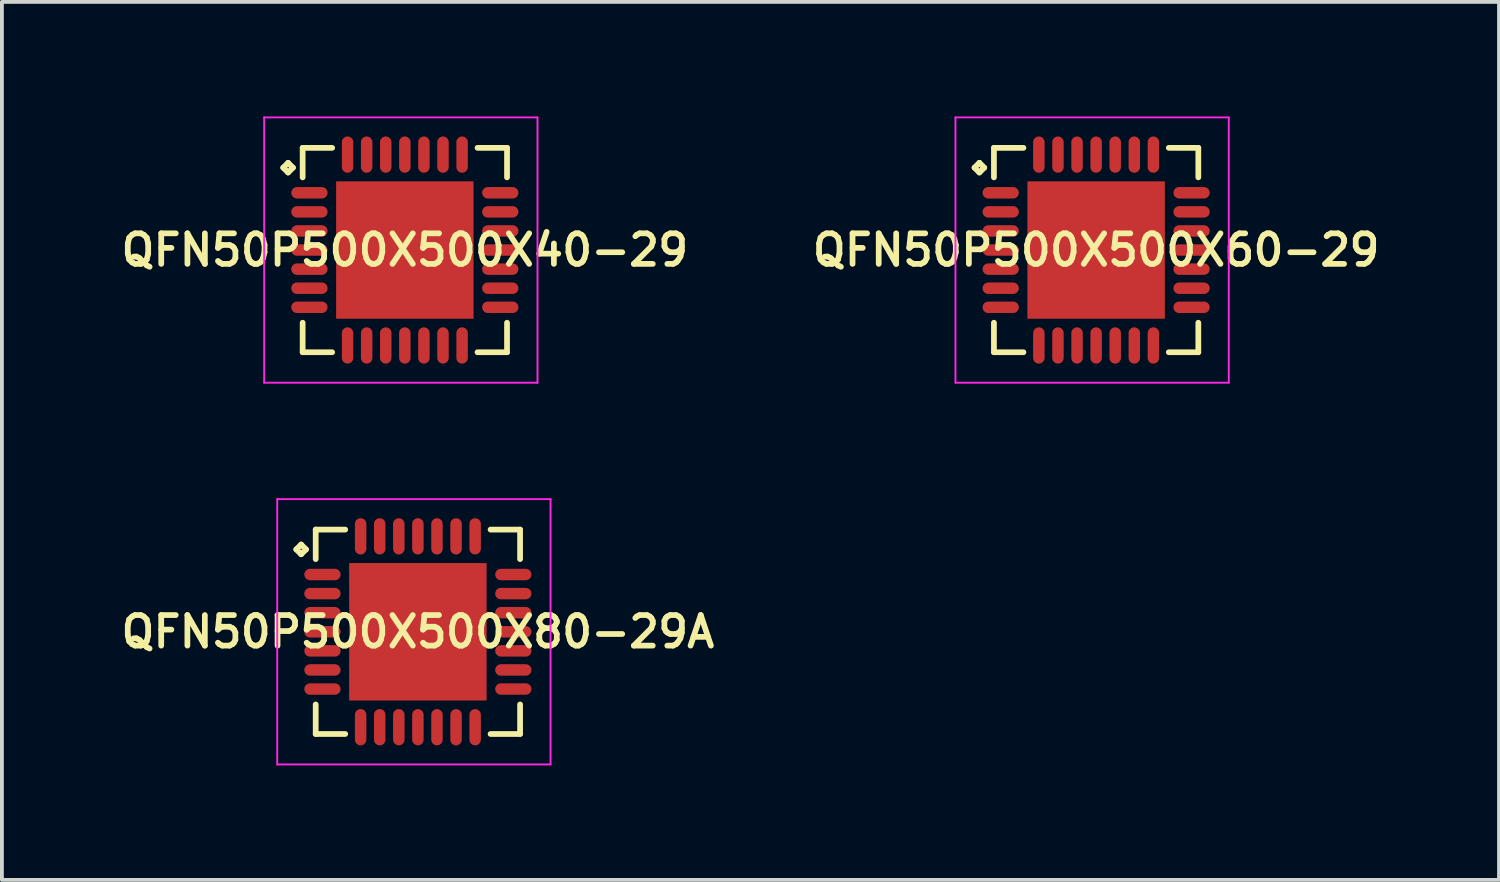
<source format=kicad_pcb>
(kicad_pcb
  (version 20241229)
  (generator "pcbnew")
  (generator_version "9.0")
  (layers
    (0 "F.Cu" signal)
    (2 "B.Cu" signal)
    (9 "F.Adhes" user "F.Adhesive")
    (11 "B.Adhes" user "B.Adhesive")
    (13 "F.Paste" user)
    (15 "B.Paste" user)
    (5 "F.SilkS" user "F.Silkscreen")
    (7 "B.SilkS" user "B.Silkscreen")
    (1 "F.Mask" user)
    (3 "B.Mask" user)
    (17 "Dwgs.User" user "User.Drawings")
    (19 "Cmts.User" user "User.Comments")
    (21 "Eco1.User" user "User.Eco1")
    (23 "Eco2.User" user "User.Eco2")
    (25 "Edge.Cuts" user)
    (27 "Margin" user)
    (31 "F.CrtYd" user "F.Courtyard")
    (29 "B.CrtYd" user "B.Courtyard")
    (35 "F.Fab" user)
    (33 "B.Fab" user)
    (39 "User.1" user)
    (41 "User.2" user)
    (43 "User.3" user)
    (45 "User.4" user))
  (footprint "QFN50P500X500X40-29"
    (layer "F.Cu")
    (at 7.555 3.5)
    (property "Reference" "QFN50P500X500X40-29" (at 0 0 0) (layer "F.SilkS") (effects (font (size 0.8 0.8) (thickness 0.15))))
    (attr smd)
    (fp_line (start -3.185 -2.158) (end -3.058 -2.285) (stroke (width 0.15) (type solid)) (layer "F.SilkS"))
    (fp_line (start -3.058 -2.285) (end -2.931 -2.158) (stroke (width 0.15) (type solid)) (layer "F.SilkS"))
    (fp_line (start -3.058 -2.031) (end -3.185 -2.158) (stroke (width 0.15) (type solid)) (layer "F.SilkS"))
    (fp_line (start -2.931 -2.158) (end -3.058 -2.031) (stroke (width 0.15) (type solid)) (layer "F.SilkS"))
    (fp_line (start -2.677 -2.677) (end -1.904 -2.677) (stroke (width 0.15) (type solid)) (layer "F.SilkS"))
    (fp_line (start -2.677 -1.904) (end -2.677 -2.677) (stroke (width 0.15) (type solid)) (layer "F.SilkS"))
    (fp_line (start -2.677 1.904) (end -2.677 2.677) (stroke (width 0.15) (type solid)) (layer "F.SilkS"))
    (fp_line (start -2.677 2.677) (end -1.904 2.677) (stroke (width 0.15) (type solid)) (layer "F.SilkS"))
    (fp_line (start 1.904 -2.677) (end 2.677 -2.677) (stroke (width 0.15) (type solid)) (layer "F.SilkS"))
    (fp_line (start 1.904 2.677) (end 2.677 2.677) (stroke (width 0.15) (type solid)) (layer "F.SilkS"))
    (fp_line (start 2.677 -2.677) (end 2.677 -1.904) (stroke (width 0.15) (type solid)) (layer "F.SilkS"))
    (fp_line (start 2.677 2.677) (end 2.677 1.904) (stroke (width 0.15) (type solid)) (layer "F.SilkS"))
    (fp_line (start -3.685 -3.475) (end 3.475 -3.475) (stroke (width 0.05) (type solid)) (layer "F.CrtYd"))
    (fp_line (start -3.685 3.475) (end -3.685 -3.475) (stroke (width 0.05) (type solid)) (layer "F.CrtYd"))
    (fp_line (start 3.475 -3.475) (end 3.475 3.475) (stroke (width 0.05) (type solid)) (layer "F.CrtYd"))
    (fp_line (start 3.475 3.475) (end -3.685 3.475) (stroke (width 0.05) (type solid)) (layer "F.CrtYd"))
    (pad "1" smd oval (at -2.5 -1.5) (size 0.95 0.3) (layers "F.Cu" "F.Mask" "F.Paste"))
    (pad "2" smd oval (at -2.5 -1) (size 0.95 0.3) (layers "F.Cu" "F.Mask" "F.Paste"))
    (pad "3" smd oval (at -2.5 -0.5) (size 0.95 0.3) (layers "F.Cu" "F.Mask" "F.Paste"))
    (pad "4" smd oval (at -2.5 0) (size 0.95 0.3) (layers "F.Cu" "F.Mask" "F.Paste"))
    (pad "5" smd oval (at -2.5 0.5) (size 0.95 0.3) (layers "F.Cu" "F.Mask" "F.Paste"))
    (pad "6" smd oval (at -2.5 1) (size 0.95 0.3) (layers "F.Cu" "F.Mask" "F.Paste"))
    (pad "7" smd oval (at -2.5 1.5) (size 0.95 0.3) (layers "F.Cu" "F.Mask" "F.Paste"))
    (pad "8" smd oval (at -1.5 2.5) (size 0.3 0.95) (layers "F.Cu" "F.Mask" "F.Paste"))
    (pad "9" smd oval (at -1 2.5) (size 0.3 0.95) (layers "F.Cu" "F.Mask" "F.Paste"))
    (pad "10" smd oval (at -0.5 2.5) (size 0.3 0.95) (layers "F.Cu" "F.Mask" "F.Paste"))
    (pad "11" smd oval (at 0 2.5) (size 0.3 0.95) (layers "F.Cu" "F.Mask" "F.Paste"))
    (pad "12" smd oval (at 0.5 2.5) (size 0.3 0.95) (layers "F.Cu" "F.Mask" "F.Paste"))
    (pad "13" smd oval (at 1 2.5) (size 0.3 0.95) (layers "F.Cu" "F.Mask" "F.Paste"))
    (pad "14" smd oval (at 1.5 2.5) (size 0.3 0.95) (layers "F.Cu" "F.Mask" "F.Paste"))
    (pad "15" smd oval (at 2.5 1.5) (size 0.95 0.3) (layers "F.Cu" "F.Mask" "F.Paste"))
    (pad "16" smd oval (at 2.5 1) (size 0.95 0.3) (layers "F.Cu" "F.Mask" "F.Paste"))
    (pad "17" smd oval (at 2.5 0.5) (size 0.95 0.3) (layers "F.Cu" "F.Mask" "F.Paste"))
    (pad "18" smd oval (at 2.5 0) (size 0.95 0.3) (layers "F.Cu" "F.Mask" "F.Paste"))
    (pad "19" smd oval (at 2.5 -0.5) (size 0.95 0.3) (layers "F.Cu" "F.Mask" "F.Paste"))
    (pad "20" smd oval (at 2.5 -1) (size 0.95 0.3) (layers "F.Cu" "F.Mask" "F.Paste"))
    (pad "21" smd oval (at 2.5 -1.5) (size 0.95 0.3) (layers "F.Cu" "F.Mask" "F.Paste"))
    (pad "22" smd oval (at 1.5 -2.5) (size 0.3 0.95) (layers "F.Cu" "F.Mask" "F.Paste"))
    (pad "23" smd oval (at 1 -2.5) (size 0.3 0.95) (layers "F.Cu" "F.Mask" "F.Paste"))
    (pad "24" smd oval (at 0.5 -2.5) (size 0.3 0.95) (layers "F.Cu" "F.Mask" "F.Paste"))
    (pad "25" smd oval (at 0 -2.5) (size 0.3 0.95) (layers "F.Cu" "F.Mask" "F.Paste"))
    (pad "26" smd oval (at -0.5 -2.5) (size 0.3 0.95) (layers "F.Cu" "F.Mask" "F.Paste"))
    (pad "27" smd oval (at -1 -2.5) (size 0.3 0.95) (layers "F.Cu" "F.Mask" "F.Paste"))
    (pad "28" smd oval (at -1.5 -2.5) (size 0.3 0.95) (layers "F.Cu" "F.Mask" "F.Paste"))
    (pad "29" smd rect (at 0 0) (size 3.6 3.6) (layers "F.Cu" "F.Mask" "F.Paste")))
  (footprint "QFN50P500X500X60-29"
    (layer "F.Cu")
    (at 25.664 3.5)
    (property "Reference" "QFN50P500X500X60-29" (at 0 0 0) (layer "F.SilkS") (effects (font (size 0.8 0.8) (thickness 0.15))))
    (attr smd)
    (fp_line (start -3.185 -2.158) (end -3.058 -2.285) (stroke (width 0.15) (type solid)) (layer "F.SilkS"))
    (fp_line (start -3.058 -2.285) (end -2.931 -2.158) (stroke (width 0.15) (type solid)) (layer "F.SilkS"))
    (fp_line (start -3.058 -2.031) (end -3.185 -2.158) (stroke (width 0.15) (type solid)) (layer "F.SilkS"))
    (fp_line (start -2.931 -2.158) (end -3.058 -2.031) (stroke (width 0.15) (type solid)) (layer "F.SilkS"))
    (fp_line (start -2.677 -2.677) (end -1.904 -2.677) (stroke (width 0.15) (type solid)) (layer "F.SilkS"))
    (fp_line (start -2.677 -1.904) (end -2.677 -2.677) (stroke (width 0.15) (type solid)) (layer "F.SilkS"))
    (fp_line (start -2.677 1.904) (end -2.677 2.677) (stroke (width 0.15) (type solid)) (layer "F.SilkS"))
    (fp_line (start -2.677 2.677) (end -1.904 2.677) (stroke (width 0.15) (type solid)) (layer "F.SilkS"))
    (fp_line (start 1.904 -2.677) (end 2.677 -2.677) (stroke (width 0.15) (type solid)) (layer "F.SilkS"))
    (fp_line (start 1.904 2.677) (end 2.677 2.677) (stroke (width 0.15) (type solid)) (layer "F.SilkS"))
    (fp_line (start 2.677 -2.677) (end 2.677 -1.904) (stroke (width 0.15) (type solid)) (layer "F.SilkS"))
    (fp_line (start 2.677 2.677) (end 2.677 1.904) (stroke (width 0.15) (type solid)) (layer "F.SilkS"))
    (fp_line (start -3.685 -3.475) (end 3.475 -3.475) (stroke (width 0.05) (type solid)) (layer "F.CrtYd"))
    (fp_line (start -3.685 3.475) (end -3.685 -3.475) (stroke (width 0.05) (type solid)) (layer "F.CrtYd"))
    (fp_line (start 3.475 -3.475) (end 3.475 3.475) (stroke (width 0.05) (type solid)) (layer "F.CrtYd"))
    (fp_line (start 3.475 3.475) (end -3.685 3.475) (stroke (width 0.05) (type solid)) (layer "F.CrtYd"))
    (pad "1" smd oval (at -2.5 -1.5) (size 0.95 0.3) (layers "F.Cu" "F.Mask" "F.Paste"))
    (pad "2" smd oval (at -2.5 -1) (size 0.95 0.3) (layers "F.Cu" "F.Mask" "F.Paste"))
    (pad "3" smd oval (at -2.5 -0.5) (size 0.95 0.3) (layers "F.Cu" "F.Mask" "F.Paste"))
    (pad "4" smd oval (at -2.5 0) (size 0.95 0.3) (layers "F.Cu" "F.Mask" "F.Paste"))
    (pad "5" smd oval (at -2.5 0.5) (size 0.95 0.3) (layers "F.Cu" "F.Mask" "F.Paste"))
    (pad "6" smd oval (at -2.5 1) (size 0.95 0.3) (layers "F.Cu" "F.Mask" "F.Paste"))
    (pad "7" smd oval (at -2.5 1.5) (size 0.95 0.3) (layers "F.Cu" "F.Mask" "F.Paste"))
    (pad "8" smd oval (at -1.5 2.5) (size 0.3 0.95) (layers "F.Cu" "F.Mask" "F.Paste"))
    (pad "9" smd oval (at -1 2.5) (size 0.3 0.95) (layers "F.Cu" "F.Mask" "F.Paste"))
    (pad "10" smd oval (at -0.5 2.5) (size 0.3 0.95) (layers "F.Cu" "F.Mask" "F.Paste"))
    (pad "11" smd oval (at 0 2.5) (size 0.3 0.95) (layers "F.Cu" "F.Mask" "F.Paste"))
    (pad "12" smd oval (at 0.5 2.5) (size 0.3 0.95) (layers "F.Cu" "F.Mask" "F.Paste"))
    (pad "13" smd oval (at 1 2.5) (size 0.3 0.95) (layers "F.Cu" "F.Mask" "F.Paste"))
    (pad "14" smd oval (at 1.5 2.5) (size 0.3 0.95) (layers "F.Cu" "F.Mask" "F.Paste"))
    (pad "15" smd oval (at 2.5 1.5) (size 0.95 0.3) (layers "F.Cu" "F.Mask" "F.Paste"))
    (pad "16" smd oval (at 2.5 1) (size 0.95 0.3) (layers "F.Cu" "F.Mask" "F.Paste"))
    (pad "17" smd oval (at 2.5 0.5) (size 0.95 0.3) (layers "F.Cu" "F.Mask" "F.Paste"))
    (pad "18" smd oval (at 2.5 0) (size 0.95 0.3) (layers "F.Cu" "F.Mask" "F.Paste"))
    (pad "19" smd oval (at 2.5 -0.5) (size 0.95 0.3) (layers "F.Cu" "F.Mask" "F.Paste"))
    (pad "20" smd oval (at 2.5 -1) (size 0.95 0.3) (layers "F.Cu" "F.Mask" "F.Paste"))
    (pad "21" smd oval (at 2.5 -1.5) (size 0.95 0.3) (layers "F.Cu" "F.Mask" "F.Paste"))
    (pad "22" smd oval (at 1.5 -2.5) (size 0.3 0.95) (layers "F.Cu" "F.Mask" "F.Paste"))
    (pad "23" smd oval (at 1 -2.5) (size 0.3 0.95) (layers "F.Cu" "F.Mask" "F.Paste"))
    (pad "24" smd oval (at 0.5 -2.5) (size 0.3 0.95) (layers "F.Cu" "F.Mask" "F.Paste"))
    (pad "25" smd oval (at 0 -2.5) (size 0.3 0.95) (layers "F.Cu" "F.Mask" "F.Paste"))
    (pad "26" smd oval (at -0.5 -2.5) (size 0.3 0.95) (layers "F.Cu" "F.Mask" "F.Paste"))
    (pad "27" smd oval (at -1 -2.5) (size 0.3 0.95) (layers "F.Cu" "F.Mask" "F.Paste"))
    (pad "28" smd oval (at -1.5 -2.5) (size 0.3 0.95) (layers "F.Cu" "F.Mask" "F.Paste"))
    (pad "29" smd rect (at 0 0) (size 3.6 3.6) (layers "F.Cu" "F.Mask" "F.Paste")))
  (footprint "QFN50P500X500X80-29A"
    (layer "F.Cu")
    (at 7.897 13.5)
    (property "Reference" "QFN50P500X500X80-29A" (at 0 0 0) (layer "F.SilkS") (effects (font (size 0.8 0.8) (thickness 0.15))))
    (attr smd)
    (fp_line (start -3.185 -2.158) (end -3.058 -2.285) (stroke (width 0.15) (type solid)) (layer "F.SilkS"))
    (fp_line (start -3.058 -2.285) (end -2.931 -2.158) (stroke (width 0.15) (type solid)) (layer "F.SilkS"))
    (fp_line (start -3.058 -2.031) (end -3.185 -2.158) (stroke (width 0.15) (type solid)) (layer "F.SilkS"))
    (fp_line (start -2.931 -2.158) (end -3.058 -2.031) (stroke (width 0.15) (type solid)) (layer "F.SilkS"))
    (fp_line (start -2.677 -2.677) (end -1.904 -2.677) (stroke (width 0.15) (type solid)) (layer "F.SilkS"))
    (fp_line (start -2.677 -1.904) (end -2.677 -2.677) (stroke (width 0.15) (type solid)) (layer "F.SilkS"))
    (fp_line (start -2.677 1.904) (end -2.677 2.677) (stroke (width 0.15) (type solid)) (layer "F.SilkS"))
    (fp_line (start -2.677 2.677) (end -1.904 2.677) (stroke (width 0.15) (type solid)) (layer "F.SilkS"))
    (fp_line (start 1.904 -2.677) (end 2.677 -2.677) (stroke (width 0.15) (type solid)) (layer "F.SilkS"))
    (fp_line (start 1.904 2.677) (end 2.677 2.677) (stroke (width 0.15) (type solid)) (layer "F.SilkS"))
    (fp_line (start 2.677 -2.677) (end 2.677 -1.904) (stroke (width 0.15) (type solid)) (layer "F.SilkS"))
    (fp_line (start 2.677 2.677) (end 2.677 1.904) (stroke (width 0.15) (type solid)) (layer "F.SilkS"))
    (fp_line (start -3.685 -3.475) (end 3.475 -3.475) (stroke (width 0.05) (type solid)) (layer "F.CrtYd"))
    (fp_line (start -3.685 3.475) (end -3.685 -3.475) (stroke (width 0.05) (type solid)) (layer "F.CrtYd"))
    (fp_line (start 3.475 -3.475) (end 3.475 3.475) (stroke (width 0.05) (type solid)) (layer "F.CrtYd"))
    (fp_line (start 3.475 3.475) (end -3.685 3.475) (stroke (width 0.05) (type solid)) (layer "F.CrtYd"))
    (pad "1" smd oval (at -2.5 -1.5) (size 0.95 0.3) (layers "F.Cu" "F.Mask" "F.Paste"))
    (pad "2" smd oval (at -2.5 -1) (size 0.95 0.3) (layers "F.Cu" "F.Mask" "F.Paste"))
    (pad "3" smd oval (at -2.5 -0.5) (size 0.95 0.3) (layers "F.Cu" "F.Mask" "F.Paste"))
    (pad "4" smd oval (at -2.5 0) (size 0.95 0.3) (layers "F.Cu" "F.Mask" "F.Paste"))
    (pad "5" smd oval (at -2.5 0.5) (size 0.95 0.3) (layers "F.Cu" "F.Mask" "F.Paste"))
    (pad "6" smd oval (at -2.5 1) (size 0.95 0.3) (layers "F.Cu" "F.Mask" "F.Paste"))
    (pad "7" smd oval (at -2.5 1.5) (size 0.95 0.3) (layers "F.Cu" "F.Mask" "F.Paste"))
    (pad "8" smd oval (at -1.5 2.5) (size 0.3 0.95) (layers "F.Cu" "F.Mask" "F.Paste"))
    (pad "9" smd oval (at -1 2.5) (size 0.3 0.95) (layers "F.Cu" "F.Mask" "F.Paste"))
    (pad "10" smd oval (at -0.5 2.5) (size 0.3 0.95) (layers "F.Cu" "F.Mask" "F.Paste"))
    (pad "11" smd oval (at 0 2.5) (size 0.3 0.95) (layers "F.Cu" "F.Mask" "F.Paste"))
    (pad "12" smd oval (at 0.5 2.5) (size 0.3 0.95) (layers "F.Cu" "F.Mask" "F.Paste"))
    (pad "13" smd oval (at 1 2.5) (size 0.3 0.95) (layers "F.Cu" "F.Mask" "F.Paste"))
    (pad "14" smd oval (at 1.5 2.5) (size 0.3 0.95) (layers "F.Cu" "F.Mask" "F.Paste"))
    (pad "15" smd oval (at 2.5 1.5) (size 0.95 0.3) (layers "F.Cu" "F.Mask" "F.Paste"))
    (pad "16" smd oval (at 2.5 1) (size 0.95 0.3) (layers "F.Cu" "F.Mask" "F.Paste"))
    (pad "17" smd oval (at 2.5 0.5) (size 0.95 0.3) (layers "F.Cu" "F.Mask" "F.Paste"))
    (pad "18" smd oval (at 2.5 0) (size 0.95 0.3) (layers "F.Cu" "F.Mask" "F.Paste"))
    (pad "19" smd oval (at 2.5 -0.5) (size 0.95 0.3) (layers "F.Cu" "F.Mask" "F.Paste"))
    (pad "20" smd oval (at 2.5 -1) (size 0.95 0.3) (layers "F.Cu" "F.Mask" "F.Paste"))
    (pad "21" smd oval (at 2.5 -1.5) (size 0.95 0.3) (layers "F.Cu" "F.Mask" "F.Paste"))
    (pad "22" smd oval (at 1.5 -2.5) (size 0.3 0.95) (layers "F.Cu" "F.Mask" "F.Paste"))
    (pad "23" smd oval (at 1 -2.5) (size 0.3 0.95) (layers "F.Cu" "F.Mask" "F.Paste"))
    (pad "24" smd oval (at 0.5 -2.5) (size 0.3 0.95) (layers "F.Cu" "F.Mask" "F.Paste"))
    (pad "25" smd oval (at 0 -2.5) (size 0.3 0.95) (layers "F.Cu" "F.Mask" "F.Paste"))
    (pad "26" smd oval (at -0.5 -2.5) (size 0.3 0.95) (layers "F.Cu" "F.Mask" "F.Paste"))
    (pad "27" smd oval (at -1 -2.5) (size 0.3 0.95) (layers "F.Cu" "F.Mask" "F.Paste"))
    (pad "28" smd oval (at -1.5 -2.5) (size 0.3 0.95) (layers "F.Cu" "F.Mask" "F.Paste"))
    (pad "29" smd rect (at 0 0) (size 3.6 3.6) (layers "F.Cu" "F.Mask" "F.Paste")))
  (gr_rect
    (start -3 -3)
    (end 36.218 20)
    (stroke (width 0.1) (type default))
    (fill no)
    (layer "Edge.Cuts")))
</source>
